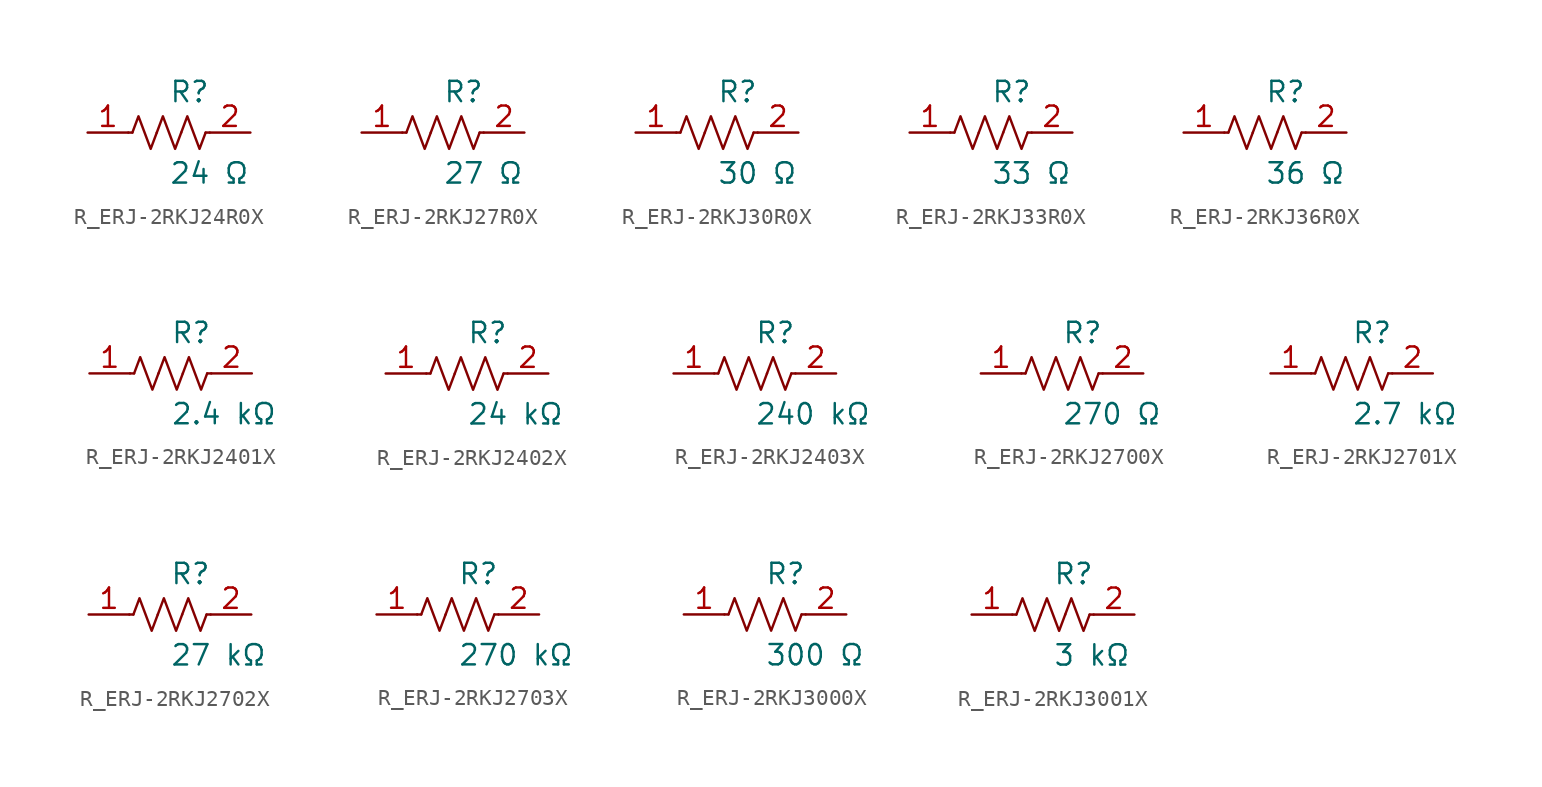
<source format=kicad_sym>
(kicad_symbol_lib
  (version 20231120)
  (generator kicad_symbol_editor)
  (generator_version 8.0)
  (symbol "R_ERJ-2RKJ24R0X"
    (pin_names
      (offset 0.254))
    (property "Reference" "R"
      (at 0 2.54 0)
      (effects (font (size 1.27 1.27)) (justify left)))
    (property "Value" "24 Ω"
      (at 0 -2.54 0)
      (effects (font (size 1.27 1.27)) (justify left)))
    (symbol "R_ERJ-2RKJ24R0X_0_1"
      (polyline (pts (xy 2.286 0) (xy 2.54 0)) (stroke (width 0) (type default)) (fill (type none)))
      (polyline (pts (xy -2.286 0) (xy -2.54 0)) (stroke (width 0) (type default)) (fill (type none)))
      (polyline (pts (xy 0.762 0) (xy 1.143 1.016) (xy 1.524 0) (xy 1.905 -1.016) (xy 2.286 0)) (stroke (width 0) (type default)) (fill (type none)))
      (polyline (pts (xy -0.762 0) (xy -0.381 1.016) (xy 0 0) (xy 0.381 -1.016) (xy 0.762 0)) (stroke (width 0) (type default)) (fill (type none)))
      (polyline (pts (xy -2.286 0) (xy -1.905 1.016) (xy -1.524 0) (xy -1.143 -1.016) (xy -0.762 0)) (stroke (width 0) (type default)) (fill (type none))))
    (pin unspecified line
      (at -5.08 0 0)
      (length 2.54)
      (name "" (effects (font (size 1.27 1.27))))
      (number "1" (effects (font (size 1.27 1.27)))))
    (pin unspecified line
      (at 5.08 0 180)
      (length 2.54)
      (name "" (effects (font (size 1.27 1.27))))
      (number "2" (effects (font (size 1.27 1.27))))))
  (symbol "R_ERJ-2RKJ27R0X"
    (pin_names
      (offset 0.254))
    (property "Reference" "R"
      (at 0 2.54 0)
      (effects (font (size 1.27 1.27)) (justify left)))
    (property "Value" "27 Ω"
      (at 0 -2.54 0)
      (effects (font (size 1.27 1.27)) (justify left)))
    (symbol "R_ERJ-2RKJ27R0X_0_1"
      (polyline (pts (xy 2.286 0) (xy 2.54 0)) (stroke (width 0) (type default)) (fill (type none)))
      (polyline (pts (xy -2.286 0) (xy -2.54 0)) (stroke (width 0) (type default)) (fill (type none)))
      (polyline (pts (xy 0.762 0) (xy 1.143 1.016) (xy 1.524 0) (xy 1.905 -1.016) (xy 2.286 0)) (stroke (width 0) (type default)) (fill (type none)))
      (polyline (pts (xy -0.762 0) (xy -0.381 1.016) (xy 0 0) (xy 0.381 -1.016) (xy 0.762 0)) (stroke (width 0) (type default)) (fill (type none)))
      (polyline (pts (xy -2.286 0) (xy -1.905 1.016) (xy -1.524 0) (xy -1.143 -1.016) (xy -0.762 0)) (stroke (width 0) (type default)) (fill (type none))))
    (pin unspecified line
      (at -5.08 0 0)
      (length 2.54)
      (name "" (effects (font (size 1.27 1.27))))
      (number "1" (effects (font (size 1.27 1.27)))))
    (pin unspecified line
      (at 5.08 0 180)
      (length 2.54)
      (name "" (effects (font (size 1.27 1.27))))
      (number "2" (effects (font (size 1.27 1.27))))))
  (symbol "R_ERJ-2RKJ30R0X"
    (pin_names
      (offset 0.254))
    (property "Reference" "R"
      (at 0 2.54 0)
      (effects (font (size 1.27 1.27)) (justify left)))
    (property "Value" "30 Ω"
      (at 0 -2.54 0)
      (effects (font (size 1.27 1.27)) (justify left)))
    (symbol "R_ERJ-2RKJ30R0X_0_1"
      (polyline (pts (xy 2.286 0) (xy 2.54 0)) (stroke (width 0) (type default)) (fill (type none)))
      (polyline (pts (xy -2.286 0) (xy -2.54 0)) (stroke (width 0) (type default)) (fill (type none)))
      (polyline (pts (xy 0.762 0) (xy 1.143 1.016) (xy 1.524 0) (xy 1.905 -1.016) (xy 2.286 0)) (stroke (width 0) (type default)) (fill (type none)))
      (polyline (pts (xy -0.762 0) (xy -0.381 1.016) (xy 0 0) (xy 0.381 -1.016) (xy 0.762 0)) (stroke (width 0) (type default)) (fill (type none)))
      (polyline (pts (xy -2.286 0) (xy -1.905 1.016) (xy -1.524 0) (xy -1.143 -1.016) (xy -0.762 0)) (stroke (width 0) (type default)) (fill (type none))))
    (pin unspecified line
      (at -5.08 0 0)
      (length 2.54)
      (name "" (effects (font (size 1.27 1.27))))
      (number "1" (effects (font (size 1.27 1.27)))))
    (pin unspecified line
      (at 5.08 0 180)
      (length 2.54)
      (name "" (effects (font (size 1.27 1.27))))
      (number "2" (effects (font (size 1.27 1.27))))))
  (symbol "R_ERJ-2RKJ33R0X"
    (pin_names
      (offset 0.254))
    (property "Reference" "R"
      (at 0 2.54 0)
      (effects (font (size 1.27 1.27)) (justify left)))
    (property "Value" "33 Ω"
      (at 0 -2.54 0)
      (effects (font (size 1.27 1.27)) (justify left)))
    (symbol "R_ERJ-2RKJ33R0X_0_1"
      (polyline (pts (xy 2.286 0) (xy 2.54 0)) (stroke (width 0) (type default)) (fill (type none)))
      (polyline (pts (xy -2.286 0) (xy -2.54 0)) (stroke (width 0) (type default)) (fill (type none)))
      (polyline (pts (xy 0.762 0) (xy 1.143 1.016) (xy 1.524 0) (xy 1.905 -1.016) (xy 2.286 0)) (stroke (width 0) (type default)) (fill (type none)))
      (polyline (pts (xy -0.762 0) (xy -0.381 1.016) (xy 0 0) (xy 0.381 -1.016) (xy 0.762 0)) (stroke (width 0) (type default)) (fill (type none)))
      (polyline (pts (xy -2.286 0) (xy -1.905 1.016) (xy -1.524 0) (xy -1.143 -1.016) (xy -0.762 0)) (stroke (width 0) (type default)) (fill (type none))))
    (pin unspecified line
      (at -5.08 0 0)
      (length 2.54)
      (name "" (effects (font (size 1.27 1.27))))
      (number "1" (effects (font (size 1.27 1.27)))))
    (pin unspecified line
      (at 5.08 0 180)
      (length 2.54)
      (name "" (effects (font (size 1.27 1.27))))
      (number "2" (effects (font (size 1.27 1.27))))))
  (symbol "R_ERJ-2RKJ36R0X"
    (pin_names
      (offset 0.254))
    (property "Reference" "R"
      (at 0 2.54 0)
      (effects (font (size 1.27 1.27)) (justify left)))
    (property "Value" "36 Ω"
      (at 0 -2.54 0)
      (effects (font (size 1.27 1.27)) (justify left)))
    (symbol "R_ERJ-2RKJ36R0X_0_1"
      (polyline (pts (xy 2.286 0) (xy 2.54 0)) (stroke (width 0) (type default)) (fill (type none)))
      (polyline (pts (xy -2.286 0) (xy -2.54 0)) (stroke (width 0) (type default)) (fill (type none)))
      (polyline (pts (xy 0.762 0) (xy 1.143 1.016) (xy 1.524 0) (xy 1.905 -1.016) (xy 2.286 0)) (stroke (width 0) (type default)) (fill (type none)))
      (polyline (pts (xy -0.762 0) (xy -0.381 1.016) (xy 0 0) (xy 0.381 -1.016) (xy 0.762 0)) (stroke (width 0) (type default)) (fill (type none)))
      (polyline (pts (xy -2.286 0) (xy -1.905 1.016) (xy -1.524 0) (xy -1.143 -1.016) (xy -0.762 0)) (stroke (width 0) (type default)) (fill (type none))))
    (pin unspecified line
      (at -5.08 0 0)
      (length 2.54)
      (name "" (effects (font (size 1.27 1.27))))
      (number "1" (effects (font (size 1.27 1.27)))))
    (pin unspecified line
      (at 5.08 0 180)
      (length 2.54)
      (name "" (effects (font (size 1.27 1.27))))
      (number "2" (effects (font (size 1.27 1.27))))))
  (symbol "R_ERJ-2RKJ2401X"
    (pin_names
      (offset 0.254))
    (property "Reference" "R"
      (at 0 2.54 0)
      (effects (font (size 1.27 1.27)) (justify left)))
    (property "Value" "2.4 kΩ"
      (at 0 -2.54 0)
      (effects (font (size 1.27 1.27)) (justify left)))
    (symbol "R_ERJ-2RKJ2401X_0_1"
      (polyline (pts (xy 2.286 0) (xy 2.54 0)) (stroke (width 0) (type default)) (fill (type none)))
      (polyline (pts (xy -2.286 0) (xy -2.54 0)) (stroke (width 0) (type default)) (fill (type none)))
      (polyline (pts (xy 0.762 0) (xy 1.143 1.016) (xy 1.524 0) (xy 1.905 -1.016) (xy 2.286 0)) (stroke (width 0) (type default)) (fill (type none)))
      (polyline (pts (xy -0.762 0) (xy -0.381 1.016) (xy 0 0) (xy 0.381 -1.016) (xy 0.762 0)) (stroke (width 0) (type default)) (fill (type none)))
      (polyline (pts (xy -2.286 0) (xy -1.905 1.016) (xy -1.524 0) (xy -1.143 -1.016) (xy -0.762 0)) (stroke (width 0) (type default)) (fill (type none))))
    (pin unspecified line
      (at -5.08 0 0)
      (length 2.54)
      (name "" (effects (font (size 1.27 1.27))))
      (number "1" (effects (font (size 1.27 1.27)))))
    (pin unspecified line
      (at 5.08 0 180)
      (length 2.54)
      (name "" (effects (font (size 1.27 1.27))))
      (number "2" (effects (font (size 1.27 1.27))))))
  (symbol "R_ERJ-2RKJ2402X"
    (pin_names
      (offset 0.254))
    (property "Reference" "R"
      (at 0 2.54 0)
      (effects (font (size 1.27 1.27)) (justify left)))
    (property "Value" "24 kΩ"
      (at 0 -2.54 0)
      (effects (font (size 1.27 1.27)) (justify left)))
    (symbol "R_ERJ-2RKJ2402X_0_1"
      (polyline (pts (xy 2.286 0) (xy 2.54 0)) (stroke (width 0) (type default)) (fill (type none)))
      (polyline (pts (xy -2.286 0) (xy -2.54 0)) (stroke (width 0) (type default)) (fill (type none)))
      (polyline (pts (xy 0.762 0) (xy 1.143 1.016) (xy 1.524 0) (xy 1.905 -1.016) (xy 2.286 0)) (stroke (width 0) (type default)) (fill (type none)))
      (polyline (pts (xy -0.762 0) (xy -0.381 1.016) (xy 0 0) (xy 0.381 -1.016) (xy 0.762 0)) (stroke (width 0) (type default)) (fill (type none)))
      (polyline (pts (xy -2.286 0) (xy -1.905 1.016) (xy -1.524 0) (xy -1.143 -1.016) (xy -0.762 0)) (stroke (width 0) (type default)) (fill (type none))))
    (pin unspecified line
      (at -5.08 0 0)
      (length 2.54)
      (name "" (effects (font (size 1.27 1.27))))
      (number "1" (effects (font (size 1.27 1.27)))))
    (pin unspecified line
      (at 5.08 0 180)
      (length 2.54)
      (name "" (effects (font (size 1.27 1.27))))
      (number "2" (effects (font (size 1.27 1.27))))))
  (symbol "R_ERJ-2RKJ2403X"
    (pin_names
      (offset 0.254))
    (property "Reference" "R"
      (at 0 2.54 0)
      (effects (font (size 1.27 1.27)) (justify left)))
    (property "Value" "240 kΩ"
      (at 0 -2.54 0)
      (effects (font (size 1.27 1.27)) (justify left)))
    (symbol "R_ERJ-2RKJ2403X_0_1"
      (polyline (pts (xy 2.286 0) (xy 2.54 0)) (stroke (width 0) (type default)) (fill (type none)))
      (polyline (pts (xy -2.286 0) (xy -2.54 0)) (stroke (width 0) (type default)) (fill (type none)))
      (polyline (pts (xy 0.762 0) (xy 1.143 1.016) (xy 1.524 0) (xy 1.905 -1.016) (xy 2.286 0)) (stroke (width 0) (type default)) (fill (type none)))
      (polyline (pts (xy -0.762 0) (xy -0.381 1.016) (xy 0 0) (xy 0.381 -1.016) (xy 0.762 0)) (stroke (width 0) (type default)) (fill (type none)))
      (polyline (pts (xy -2.286 0) (xy -1.905 1.016) (xy -1.524 0) (xy -1.143 -1.016) (xy -0.762 0)) (stroke (width 0) (type default)) (fill (type none))))
    (pin unspecified line
      (at -5.08 0 0)
      (length 2.54)
      (name "" (effects (font (size 1.27 1.27))))
      (number "1" (effects (font (size 1.27 1.27)))))
    (pin unspecified line
      (at 5.08 0 180)
      (length 2.54)
      (name "" (effects (font (size 1.27 1.27))))
      (number "2" (effects (font (size 1.27 1.27))))))
  (symbol "R_ERJ-2RKJ2700X"
    (pin_names
      (offset 0.254))
    (property "Reference" "R"
      (at 0 2.54 0)
      (effects (font (size 1.27 1.27)) (justify left)))
    (property "Value" "270 Ω"
      (at 0 -2.54 0)
      (effects (font (size 1.27 1.27)) (justify left)))
    (symbol "R_ERJ-2RKJ2700X_0_1"
      (polyline (pts (xy 2.286 0) (xy 2.54 0)) (stroke (width 0) (type default)) (fill (type none)))
      (polyline (pts (xy -2.286 0) (xy -2.54 0)) (stroke (width 0) (type default)) (fill (type none)))
      (polyline (pts (xy 0.762 0) (xy 1.143 1.016) (xy 1.524 0) (xy 1.905 -1.016) (xy 2.286 0)) (stroke (width 0) (type default)) (fill (type none)))
      (polyline (pts (xy -0.762 0) (xy -0.381 1.016) (xy 0 0) (xy 0.381 -1.016) (xy 0.762 0)) (stroke (width 0) (type default)) (fill (type none)))
      (polyline (pts (xy -2.286 0) (xy -1.905 1.016) (xy -1.524 0) (xy -1.143 -1.016) (xy -0.762 0)) (stroke (width 0) (type default)) (fill (type none))))
    (pin unspecified line
      (at -5.08 0 0)
      (length 2.54)
      (name "" (effects (font (size 1.27 1.27))))
      (number "1" (effects (font (size 1.27 1.27)))))
    (pin unspecified line
      (at 5.08 0 180)
      (length 2.54)
      (name "" (effects (font (size 1.27 1.27))))
      (number "2" (effects (font (size 1.27 1.27))))))
  (symbol "R_ERJ-2RKJ2701X"
    (pin_names
      (offset 0.254))
    (property "Reference" "R"
      (at 0 2.54 0)
      (effects (font (size 1.27 1.27)) (justify left)))
    (property "Value" "2.7 kΩ"
      (at 0 -2.54 0)
      (effects (font (size 1.27 1.27)) (justify left)))
    (symbol "R_ERJ-2RKJ2701X_0_1"
      (polyline (pts (xy 2.286 0) (xy 2.54 0)) (stroke (width 0) (type default)) (fill (type none)))
      (polyline (pts (xy -2.286 0) (xy -2.54 0)) (stroke (width 0) (type default)) (fill (type none)))
      (polyline (pts (xy 0.762 0) (xy 1.143 1.016) (xy 1.524 0) (xy 1.905 -1.016) (xy 2.286 0)) (stroke (width 0) (type default)) (fill (type none)))
      (polyline (pts (xy -0.762 0) (xy -0.381 1.016) (xy 0 0) (xy 0.381 -1.016) (xy 0.762 0)) (stroke (width 0) (type default)) (fill (type none)))
      (polyline (pts (xy -2.286 0) (xy -1.905 1.016) (xy -1.524 0) (xy -1.143 -1.016) (xy -0.762 0)) (stroke (width 0) (type default)) (fill (type none))))
    (pin unspecified line
      (at -5.08 0 0)
      (length 2.54)
      (name "" (effects (font (size 1.27 1.27))))
      (number "1" (effects (font (size 1.27 1.27)))))
    (pin unspecified line
      (at 5.08 0 180)
      (length 2.54)
      (name "" (effects (font (size 1.27 1.27))))
      (number "2" (effects (font (size 1.27 1.27))))))
  (symbol "R_ERJ-2RKJ2702X"
    (pin_names
      (offset 0.254))
    (property "Reference" "R"
      (at 0 2.54 0)
      (effects (font (size 1.27 1.27)) (justify left)))
    (property "Value" "27 kΩ"
      (at 0 -2.54 0)
      (effects (font (size 1.27 1.27)) (justify left)))
    (symbol "R_ERJ-2RKJ2702X_0_1"
      (polyline (pts (xy 2.286 0) (xy 2.54 0)) (stroke (width 0) (type default)) (fill (type none)))
      (polyline (pts (xy -2.286 0) (xy -2.54 0)) (stroke (width 0) (type default)) (fill (type none)))
      (polyline (pts (xy 0.762 0) (xy 1.143 1.016) (xy 1.524 0) (xy 1.905 -1.016) (xy 2.286 0)) (stroke (width 0) (type default)) (fill (type none)))
      (polyline (pts (xy -0.762 0) (xy -0.381 1.016) (xy 0 0) (xy 0.381 -1.016) (xy 0.762 0)) (stroke (width 0) (type default)) (fill (type none)))
      (polyline (pts (xy -2.286 0) (xy -1.905 1.016) (xy -1.524 0) (xy -1.143 -1.016) (xy -0.762 0)) (stroke (width 0) (type default)) (fill (type none))))
    (pin unspecified line
      (at -5.08 0 0)
      (length 2.54)
      (name "" (effects (font (size 1.27 1.27))))
      (number "1" (effects (font (size 1.27 1.27)))))
    (pin unspecified line
      (at 5.08 0 180)
      (length 2.54)
      (name "" (effects (font (size 1.27 1.27))))
      (number "2" (effects (font (size 1.27 1.27))))))
  (symbol "R_ERJ-2RKJ2703X"
    (pin_names
      (offset 0.254))
    (property "Reference" "R"
      (at 0 2.54 0)
      (effects (font (size 1.27 1.27)) (justify left)))
    (property "Value" "270 kΩ"
      (at 0 -2.54 0)
      (effects (font (size 1.27 1.27)) (justify left)))
    (symbol "R_ERJ-2RKJ2703X_0_1"
      (polyline (pts (xy 2.286 0) (xy 2.54 0)) (stroke (width 0) (type default)) (fill (type none)))
      (polyline (pts (xy -2.286 0) (xy -2.54 0)) (stroke (width 0) (type default)) (fill (type none)))
      (polyline (pts (xy 0.762 0) (xy 1.143 1.016) (xy 1.524 0) (xy 1.905 -1.016) (xy 2.286 0)) (stroke (width 0) (type default)) (fill (type none)))
      (polyline (pts (xy -0.762 0) (xy -0.381 1.016) (xy 0 0) (xy 0.381 -1.016) (xy 0.762 0)) (stroke (width 0) (type default)) (fill (type none)))
      (polyline (pts (xy -2.286 0) (xy -1.905 1.016) (xy -1.524 0) (xy -1.143 -1.016) (xy -0.762 0)) (stroke (width 0) (type default)) (fill (type none))))
    (pin unspecified line
      (at -5.08 0 0)
      (length 2.54)
      (name "" (effects (font (size 1.27 1.27))))
      (number "1" (effects (font (size 1.27 1.27)))))
    (pin unspecified line
      (at 5.08 0 180)
      (length 2.54)
      (name "" (effects (font (size 1.27 1.27))))
      (number "2" (effects (font (size 1.27 1.27))))))
  (symbol "R_ERJ-2RKJ3000X"
    (pin_names
      (offset 0.254))
    (property "Reference" "R"
      (at 0 2.54 0)
      (effects (font (size 1.27 1.27)) (justify left)))
    (property "Value" "300 Ω"
      (at 0 -2.54 0)
      (effects (font (size 1.27 1.27)) (justify left)))
    (symbol "R_ERJ-2RKJ3000X_0_1"
      (polyline (pts (xy 2.286 0) (xy 2.54 0)) (stroke (width 0) (type default)) (fill (type none)))
      (polyline (pts (xy -2.286 0) (xy -2.54 0)) (stroke (width 0) (type default)) (fill (type none)))
      (polyline (pts (xy 0.762 0) (xy 1.143 1.016) (xy 1.524 0) (xy 1.905 -1.016) (xy 2.286 0)) (stroke (width 0) (type default)) (fill (type none)))
      (polyline (pts (xy -0.762 0) (xy -0.381 1.016) (xy 0 0) (xy 0.381 -1.016) (xy 0.762 0)) (stroke (width 0) (type default)) (fill (type none)))
      (polyline (pts (xy -2.286 0) (xy -1.905 1.016) (xy -1.524 0) (xy -1.143 -1.016) (xy -0.762 0)) (stroke (width 0) (type default)) (fill (type none))))
    (pin unspecified line
      (at -5.08 0 0)
      (length 2.54)
      (name "" (effects (font (size 1.27 1.27))))
      (number "1" (effects (font (size 1.27 1.27)))))
    (pin unspecified line
      (at 5.08 0 180)
      (length 2.54)
      (name "" (effects (font (size 1.27 1.27))))
      (number "2" (effects (font (size 1.27 1.27))))))
  (symbol "R_ERJ-2RKJ3001X"
    (pin_names
      (offset 0.254))
    (property "Reference" "R"
      (at 0 2.54 0)
      (effects (font (size 1.27 1.27)) (justify left)))
    (property "Value" "3 kΩ"
      (at 0 -2.54 0)
      (effects (font (size 1.27 1.27)) (justify left)))
    (symbol "R_ERJ-2RKJ3001X_0_1"
      (polyline (pts (xy 2.286 0) (xy 2.54 0)) (stroke (width 0) (type default)) (fill (type none)))
      (polyline (pts (xy -2.286 0) (xy -2.54 0)) (stroke (width 0) (type default)) (fill (type none)))
      (polyline (pts (xy 0.762 0) (xy 1.143 1.016) (xy 1.524 0) (xy 1.905 -1.016) (xy 2.286 0)) (stroke (width 0) (type default)) (fill (type none)))
      (polyline (pts (xy -0.762 0) (xy -0.381 1.016) (xy 0 0) (xy 0.381 -1.016) (xy 0.762 0)) (stroke (width 0) (type default)) (fill (type none)))
      (polyline (pts (xy -2.286 0) (xy -1.905 1.016) (xy -1.524 0) (xy -1.143 -1.016) (xy -0.762 0)) (stroke (width 0) (type default)) (fill (type none))))
    (pin unspecified line
      (at -5.08 0 0)
      (length 2.54)
      (name "" (effects (font (size 1.27 1.27))))
      (number "1" (effects (font (size 1.27 1.27)))))
    (pin unspecified line
      (at 5.08 0 180)
      (length 2.54)
      (name "" (effects (font (size 1.27 1.27))))
      (number "2" (effects (font (size 1.27 1.27)))))))
</source>
